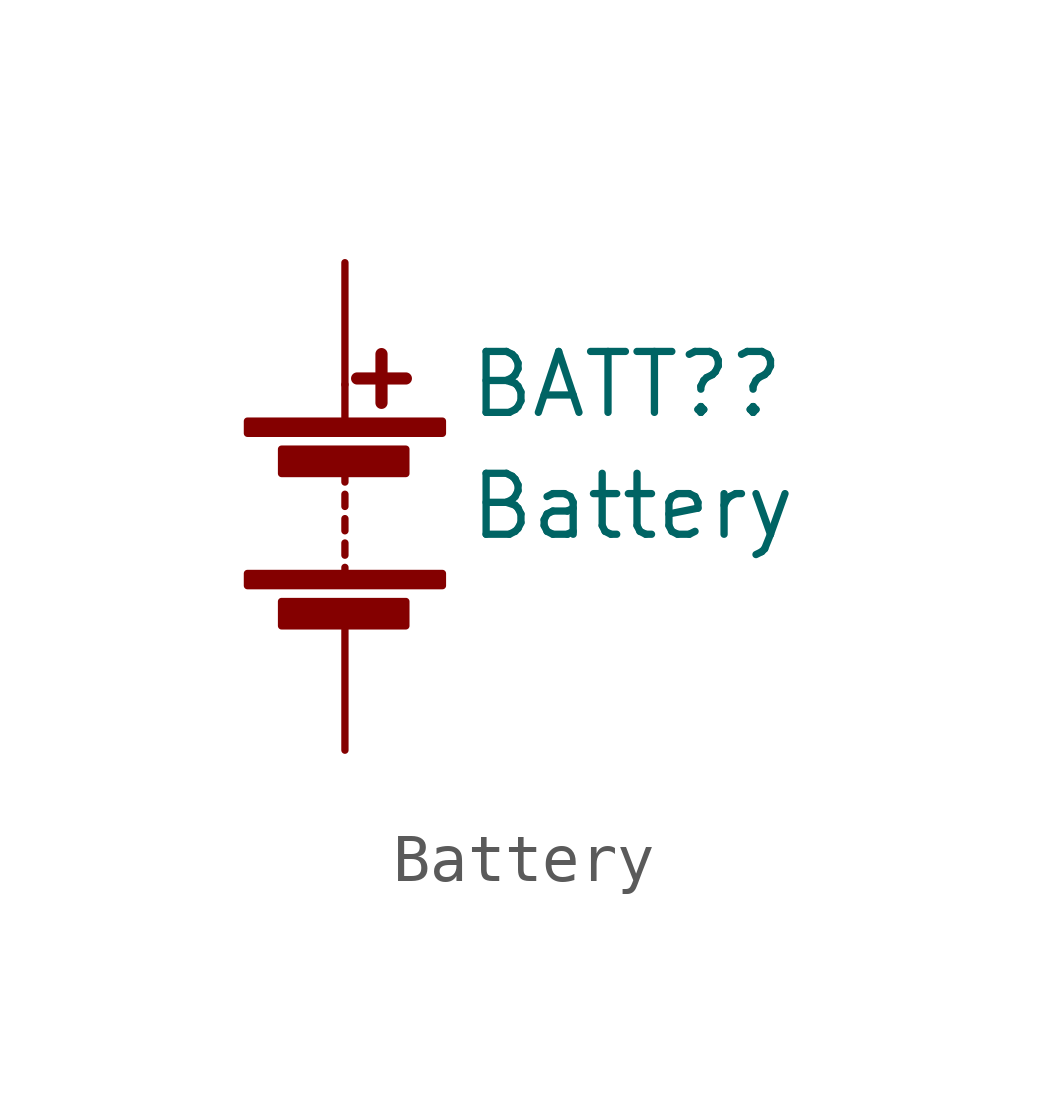
<source format=kicad_sym>
(kicad_symbol_lib
  (version 20211014)
  (generator kicad_symbol_editor)
  (symbol "Battery"
    (pin_numbers hide)
    (pin_names
      (offset 0) hide)
    (property "Reference" "BATT?"
      (at 2.54 2.54 0)
      (effects (font (size 1.27 1.27)) (justify left)))
    (property "Value" "Battery"
      (at 2.54 0 0)
      (effects (font (size 1.27 1.27)) (justify left)))
    (symbol "Battery_0_1"
      (rectangle (start -2.032 -1.397) (end 2.032 -1.651) (stroke (width 0) (type default) (color 0 0 0 0)) (fill (type outline)))
      (rectangle (start -2.032 1.778) (end 2.032 1.524) (stroke (width 0) (type default) (color 0 0 0 0)) (fill (type outline)))
      (rectangle (start -1.321 -1.981) (end 1.27 -2.489) (stroke (width 0) (type default) (color 0 0 0 0)) (fill (type outline)))
      (rectangle (start -1.321 1.194) (end 1.27 0.686) (stroke (width 0) (type default) (color 0 0 0 0)) (fill (type outline)))
      (polyline (pts (xy 0 -1.524) (xy 0 -1.27)) (stroke (width 0) (type default) (color 0 0 0 0)) (fill (type none)))
      (polyline (pts (xy 0 -1.016) (xy 0 -0.762)) (stroke (width 0) (type default) (color 0 0 0 0)) (fill (type none)))
      (polyline (pts (xy 0 -0.508) (xy 0 -0.254)) (stroke (width 0) (type default) (color 0 0 0 0)) (fill (type none)))
      (polyline (pts (xy 0 0) (xy 0 0.254)) (stroke (width 0) (type default) (color 0 0 0 0)) (fill (type none)))
      (polyline (pts (xy 0 0.508) (xy 0 0.762)) (stroke (width 0) (type default) (color 0 0 0 0)) (fill (type none)))
      (polyline (pts (xy 0 1.778) (xy 0 2.54)) (stroke (width 0) (type default) (color 0 0 0 0)) (fill (type none)))
      (polyline (pts (xy 0.254 2.667) (xy 1.27 2.667)) (stroke (width 0.254) (type default) (color 0 0 0 0)) (fill (type none)))
      (polyline (pts (xy 0.762 3.175) (xy 0.762 2.159)) (stroke (width 0.254) (type default) (color 0 0 0 0)) (fill (type none))))
    (symbol "Battery_1_1"
      (pin power_out line (at 0 5.08 270) (length 2.54) (name "+" (effects (font (size 1.27 1.27)))) (number "1" (effects (font (size 1.27 1.27)))))
      (pin power_out line (at 0 -5.08 90) (length 2.54) (name "-" (effects (font (size 1.27 1.27)))) (number "2" (effects (font (size 1.27 1.27))))))))
</source>
